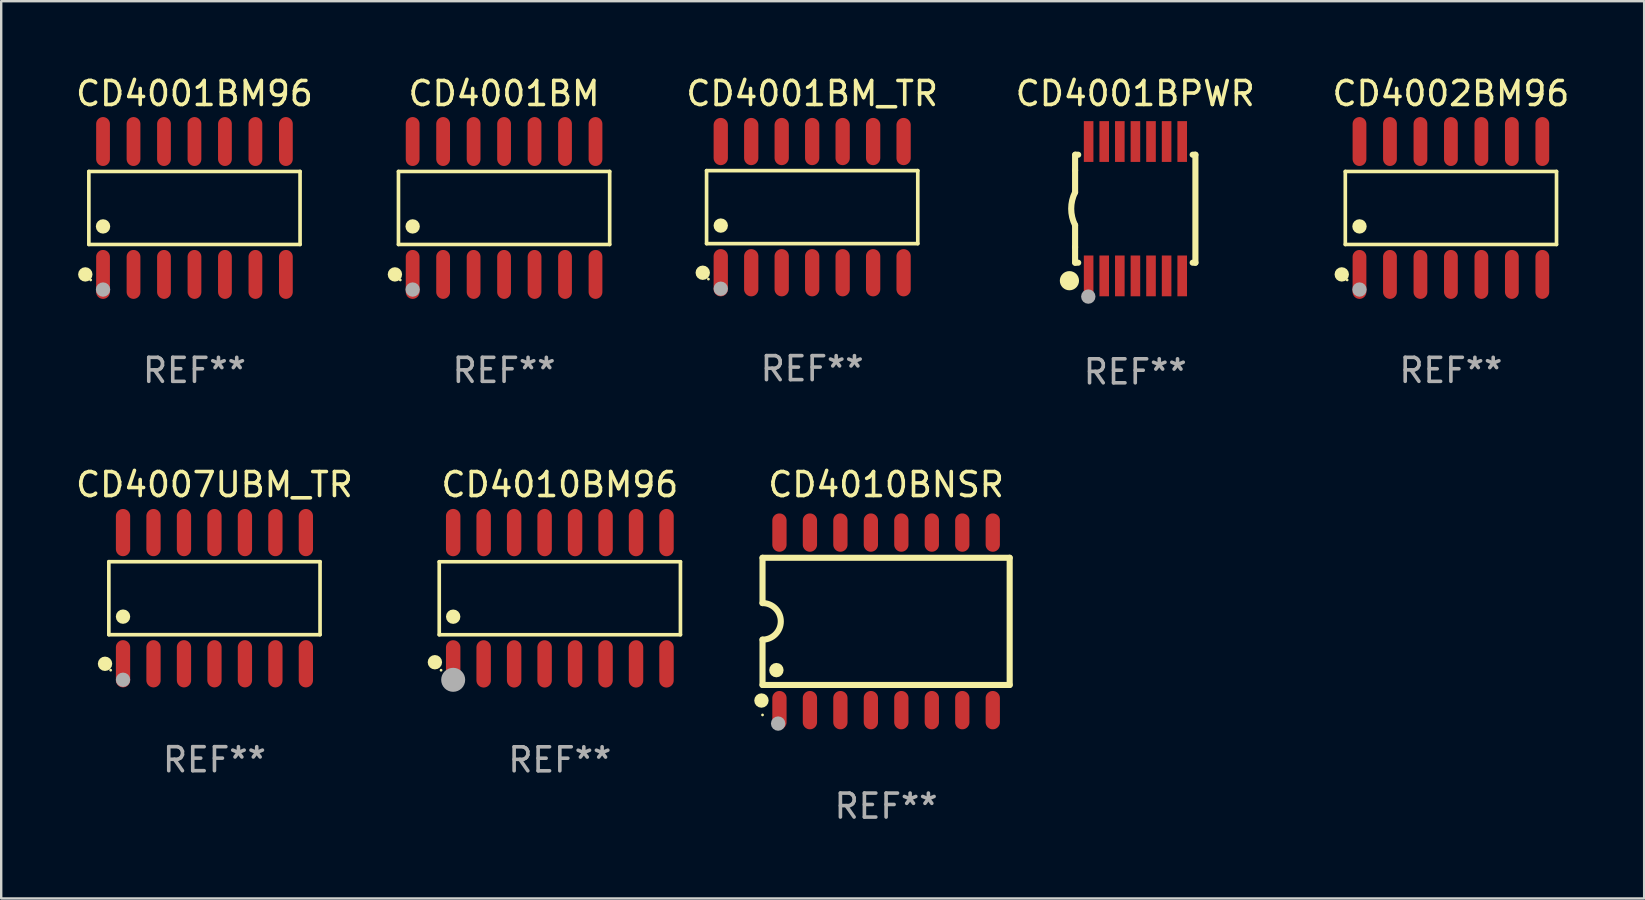
<source format=kicad_pcb>
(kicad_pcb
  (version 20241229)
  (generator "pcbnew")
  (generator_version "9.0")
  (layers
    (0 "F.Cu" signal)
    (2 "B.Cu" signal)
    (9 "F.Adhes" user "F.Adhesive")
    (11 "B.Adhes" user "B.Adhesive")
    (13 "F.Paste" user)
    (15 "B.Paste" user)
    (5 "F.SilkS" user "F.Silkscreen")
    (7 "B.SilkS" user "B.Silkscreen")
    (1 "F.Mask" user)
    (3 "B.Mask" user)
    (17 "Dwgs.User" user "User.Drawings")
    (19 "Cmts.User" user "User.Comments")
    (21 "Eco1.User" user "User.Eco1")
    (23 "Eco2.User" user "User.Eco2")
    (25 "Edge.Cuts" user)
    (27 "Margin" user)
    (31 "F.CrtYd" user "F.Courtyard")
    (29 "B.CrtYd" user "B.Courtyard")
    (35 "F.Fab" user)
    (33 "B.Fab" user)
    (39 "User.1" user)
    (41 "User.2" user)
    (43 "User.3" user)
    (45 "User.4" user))
  (footprint "CD4001BM96"
    (layer "F.Cu")
    (at 5.054 5.617)
    (property "Reference" "CD4001BM96" (at 0 -4.769 0) (layer "F.SilkS") (effects (font (size 1 1) (thickness 0.15))))
    (attr through_hole)
    (fp_line (start -4.401 -1.521) (end 4.401 -1.521) (stroke (width 0.152) (type solid)) (layer "F.SilkS"))
    (fp_line (start -4.401 1.521) (end -4.401 -1.521) (stroke (width 0.152) (type solid)) (layer "F.SilkS"))
    (fp_line (start 4.401 -1.521) (end 4.401 1.521) (stroke (width 0.152) (type solid)) (layer "F.SilkS"))
    (fp_line (start 4.401 1.521) (end -4.401 1.521) (stroke (width 0.152) (type solid)) (layer "F.SilkS"))
    (fp_circle (center -4.549 2.769) (end -4.399 2.769) (stroke (width 0.3) (type solid)) (fill no) (layer "F.SilkS"))
    (fp_circle (center -4.325 3) (end -4.295 3) (stroke (width 0.06) (type solid)) (fill no) (layer "F.SilkS"))
    (fp_circle (center -3.81 0.769) (end -3.66 0.769) (stroke (width 0.3) (type solid)) (fill no) (layer "F.SilkS"))
    (fp_circle (center -3.81 3.4) (end -3.66 3.4) (stroke (width 0.3) (type solid)) (fill no) (layer "F.Fab"))
    (fp_text user "REF**" (at 0 6.769 0) (layer "F.Fab") (effects (font (size 1 1) (thickness 0.15))))
    (pad "1" smd oval (at -3.81 2.769) (size 0.574 2.038) (layers "F.Cu" "F.Mask" "F.Paste"))
    (pad "2" smd oval (at -2.54 2.769) (size 0.574 2.038) (layers "F.Cu" "F.Mask" "F.Paste"))
    (pad "3" smd oval (at -1.27 2.769) (size 0.574 2.038) (layers "F.Cu" "F.Mask" "F.Paste"))
    (pad "4" smd oval (at 0 2.769) (size 0.574 2.038) (layers "F.Cu" "F.Mask" "F.Paste"))
    (pad "5" smd oval (at 1.27 2.769) (size 0.574 2.038) (layers "F.Cu" "F.Mask" "F.Paste"))
    (pad "6" smd oval (at 2.54 2.769) (size 0.574 2.038) (layers "F.Cu" "F.Mask" "F.Paste"))
    (pad "7" smd oval (at 3.81 2.769) (size 0.574 2.038) (layers "F.Cu" "F.Mask" "F.Paste"))
    (pad "8" smd oval (at 3.81 -2.769) (size 0.574 2.038) (layers "F.Cu" "F.Mask" "F.Paste"))
    (pad "9" smd oval (at 2.54 -2.769) (size 0.574 2.038) (layers "F.Cu" "F.Mask" "F.Paste"))
    (pad "10" smd oval (at 1.27 -2.769) (size 0.574 2.038) (layers "F.Cu" "F.Mask" "F.Paste"))
    (pad "11" smd oval (at 0 -2.769) (size 0.574 2.038) (layers "F.Cu" "F.Mask" "F.Paste"))
    (pad "12" smd oval (at -1.27 -2.769) (size 0.574 2.038) (layers "F.Cu" "F.Mask" "F.Paste"))
    (pad "13" smd oval (at -2.54 -2.769) (size 0.574 2.038) (layers "F.Cu" "F.Mask" "F.Paste"))
    (pad "14" smd oval (at -3.81 -2.769) (size 0.574 2.038) (layers "F.Cu" "F.Mask" "F.Paste")))
  (footprint "CD4010BNSR"
    (layer "F.Cu")
    (at 33.878 22.845)
    (property "Reference" "CD4010BNSR" (at 0 -5.7 0) (layer "F.SilkS") (effects (font (size 1 1) (thickness 0.15))))
    (attr through_hole)
    (fp_line (start -5.15 -2.65) (end -5.15 -0.762) (stroke (width 0.254) (type solid)) (layer "F.SilkS"))
    (fp_line (start -5.15 -2.65) (end 5.15 -2.65) (stroke (width 0.254) (type solid)) (layer "F.SilkS"))
    (fp_line (start -5.15 2.65) (end -5.15 0.762) (stroke (width 0.254) (type solid)) (layer "F.SilkS"))
    (fp_line (start 5.15 -2.65) (end 5.15 2.65) (stroke (width 0.254) (type solid)) (layer "F.SilkS"))
    (fp_line (start 5.15 2.65) (end -5.15 2.65) (stroke (width 0.254) (type solid)) (layer "F.SilkS"))
    (fp_arc (start -5.151131 -0.762003) (mid -4.389128 -0.000559) (end -5.150013 0.762002) (stroke (width 0.254001) (type solid)) (layer "F.SilkS"))
    (fp_circle (center -5.195 3.299) (end -5.045 3.299) (stroke (width 0.3) (type solid)) (fill no) (layer "F.SilkS"))
    (fp_circle (center -5.15 3.9) (end -5.12 3.9) (stroke (width 0.06) (type solid)) (fill no) (layer "F.SilkS"))
    (fp_circle (center -4.572 2.032) (end -4.422 2.032) (stroke (width 0.3) (type solid)) (fill no) (layer "F.SilkS"))
    (fp_circle (center -4.5 4.26) (end -4.35 4.26) (stroke (width 0.3) (type solid)) (fill no) (layer "F.Fab"))
    (fp_text user "REF**" (at 0 7.7 0) (layer "F.Fab") (effects (font (size 1 1) (thickness 0.15))))
    (pad "1" smd oval (at -4.445 3.7) (size 0.595 1.598) (layers "F.Cu" "F.Mask" "F.Paste"))
    (pad "2" smd oval (at -3.175 3.7) (size 0.595 1.598) (layers "F.Cu" "F.Mask" "F.Paste"))
    (pad "3" smd oval (at -1.905 3.7) (size 0.595 1.598) (layers "F.Cu" "F.Mask" "F.Paste"))
    (pad "4" smd oval (at -0.635 3.7) (size 0.595 1.598) (layers "F.Cu" "F.Mask" "F.Paste"))
    (pad "5" smd oval (at 0.635 3.7) (size 0.595 1.598) (layers "F.Cu" "F.Mask" "F.Paste"))
    (pad "6" smd oval (at 1.905 3.7) (size 0.595 1.598) (layers "F.Cu" "F.Mask" "F.Paste"))
    (pad "7" smd oval (at 3.175 3.7) (size 0.595 1.598) (layers "F.Cu" "F.Mask" "F.Paste"))
    (pad "8" smd oval (at 4.445 3.7) (size 0.595 1.598) (layers "F.Cu" "F.Mask" "F.Paste"))
    (pad "9" smd oval (at 4.445 -3.7) (size 0.595 1.598) (layers "F.Cu" "F.Mask" "F.Paste"))
    (pad "10" smd oval (at 3.175 -3.7) (size 0.595 1.598) (layers "F.Cu" "F.Mask" "F.Paste"))
    (pad "11" smd oval (at 1.905 -3.7) (size 0.595 1.598) (layers "F.Cu" "F.Mask" "F.Paste"))
    (pad "12" smd oval (at 0.635 -3.7) (size 0.595 1.598) (layers "F.Cu" "F.Mask" "F.Paste"))
    (pad "13" smd oval (at -0.635 -3.7) (size 0.595 1.598) (layers "F.Cu" "F.Mask" "F.Paste"))
    (pad "14" smd oval (at -1.905 -3.7) (size 0.595 1.598) (layers "F.Cu" "F.Mask" "F.Paste"))
    (pad "15" smd oval (at -3.175 -3.7) (size 0.595 1.598) (layers "F.Cu" "F.Mask" "F.Paste"))
    (pad "16" smd oval (at -4.445 -3.7) (size 0.595 1.598) (layers "F.Cu" "F.Mask" "F.Paste")))
  (footprint "CD4010BM96"
    (layer "F.Cu")
    (at 20.281 21.881)
    (property "Reference" "CD4010BM96" (at 0 -4.736 0) (layer "F.SilkS") (effects (font (size 1 1) (thickness 0.15))))
    (attr through_hole)
    (fp_line (start -5.026 -1.521) (end 5.026 -1.521) (stroke (width 0.152) (type solid)) (layer "F.SilkS"))
    (fp_line (start -5.026 1.521) (end -5.026 -1.521) (stroke (width 0.152) (type solid)) (layer "F.SilkS"))
    (fp_line (start 5.026 -1.521) (end 5.026 1.521) (stroke (width 0.152) (type solid)) (layer "F.SilkS"))
    (fp_line (start 5.026 1.521) (end -5.026 1.521) (stroke (width 0.152) (type solid)) (layer "F.SilkS"))
    (fp_circle (center -5.207 2.667) (end -5.057 2.667) (stroke (width 0.3) (type solid)) (fill no) (layer "F.SilkS"))
    (fp_circle (center -4.95 3) (end -4.92 3) (stroke (width 0.06) (type solid)) (fill no) (layer "F.SilkS"))
    (fp_circle (center -4.445 0.769) (end -4.295 0.769) (stroke (width 0.3) (type solid)) (fill no) (layer "F.SilkS"))
    (fp_circle (center -4.445 3.4) (end -4.195 3.4) (stroke (width 0.5) (type solid)) (fill no) (layer "F.Fab"))
    (fp_text user "REF**" (at 0 6.736 0) (layer "F.Fab") (effects (font (size 1 1) (thickness 0.15))))
    (pad "1" smd oval (at -4.445 2.736) (size 0.602 1.971) (layers "F.Cu" "F.Mask" "F.Paste"))
    (pad "2" smd oval (at -3.175 2.736) (size 0.602 1.971) (layers "F.Cu" "F.Mask" "F.Paste"))
    (pad "3" smd oval (at -1.905 2.736) (size 0.602 1.971) (layers "F.Cu" "F.Mask" "F.Paste"))
    (pad "4" smd oval (at -0.635 2.736) (size 0.602 1.971) (layers "F.Cu" "F.Mask" "F.Paste"))
    (pad "5" smd oval (at 0.635 2.736) (size 0.602 1.971) (layers "F.Cu" "F.Mask" "F.Paste"))
    (pad "6" smd oval (at 1.905 2.736) (size 0.602 1.971) (layers "F.Cu" "F.Mask" "F.Paste"))
    (pad "7" smd oval (at 3.175 2.736) (size 0.602 1.971) (layers "F.Cu" "F.Mask" "F.Paste"))
    (pad "8" smd oval (at 4.445 2.736) (size 0.602 1.971) (layers "F.Cu" "F.Mask" "F.Paste"))
    (pad "9" smd oval (at 4.445 -2.736) (size 0.602 1.971) (layers "F.Cu" "F.Mask" "F.Paste"))
    (pad "10" smd oval (at 3.175 -2.736) (size 0.602 1.971) (layers "F.Cu" "F.Mask" "F.Paste"))
    (pad "11" smd oval (at 1.905 -2.736) (size 0.602 1.971) (layers "F.Cu" "F.Mask" "F.Paste"))
    (pad "12" smd oval (at 0.635 -2.736) (size 0.602 1.971) (layers "F.Cu" "F.Mask" "F.Paste"))
    (pad "13" smd oval (at -0.635 -2.736) (size 0.602 1.971) (layers "F.Cu" "F.Mask" "F.Paste"))
    (pad "14" smd oval (at -1.905 -2.736) (size 0.602 1.971) (layers "F.Cu" "F.Mask" "F.Paste"))
    (pad "15" smd oval (at -3.175 -2.736) (size 0.602 1.971) (layers "F.Cu" "F.Mask" "F.Paste"))
    (pad "16" smd oval (at -4.445 -2.736) (size 0.602 1.971) (layers "F.Cu" "F.Mask" "F.Paste")))
  (footprint "CD4007UBM_TR"
    (layer "F.Cu")
    (at 5.887 21.879)
    (property "Reference" "CD4007UBM_TR" (at 0 -4.734 0) (layer "F.SilkS") (effects (font (size 1 1) (thickness 0.15))))
    (attr through_hole)
    (fp_line (start -4.401 -1.521) (end 4.401 -1.521) (stroke (width 0.152) (type solid)) (layer "F.SilkS"))
    (fp_line (start -4.401 1.521) (end -4.401 -1.521) (stroke (width 0.152) (type solid)) (layer "F.SilkS"))
    (fp_line (start 4.401 -1.521) (end 4.401 1.521) (stroke (width 0.152) (type solid)) (layer "F.SilkS"))
    (fp_line (start 4.401 1.521) (end -4.401 1.521) (stroke (width 0.152) (type solid)) (layer "F.SilkS"))
    (fp_circle (center -4.56 2.734) (end -4.41 2.734) (stroke (width 0.3) (type solid)) (fill no) (layer "F.SilkS"))
    (fp_circle (center -4.325 3) (end -4.295 3) (stroke (width 0.06) (type solid)) (fill no) (layer "F.SilkS"))
    (fp_circle (center -3.81 0.769) (end -3.66 0.769) (stroke (width 0.3) (type solid)) (fill no) (layer "F.SilkS"))
    (fp_circle (center -3.81 3.4) (end -3.66 3.4) (stroke (width 0.3) (type solid)) (fill no) (layer "F.Fab"))
    (fp_text user "REF**" (at 0 6.734 0) (layer "F.Fab") (effects (font (size 1 1) (thickness 0.15))))
    (pad "1" smd oval (at -3.81 2.734) (size 0.595 1.968) (layers "F.Cu" "F.Mask" "F.Paste"))
    (pad "2" smd oval (at -2.54 2.734) (size 0.595 1.968) (layers "F.Cu" "F.Mask" "F.Paste"))
    (pad "3" smd oval (at -1.27 2.734) (size 0.595 1.968) (layers "F.Cu" "F.Mask" "F.Paste"))
    (pad "4" smd oval (at 0 2.734) (size 0.595 1.968) (layers "F.Cu" "F.Mask" "F.Paste"))
    (pad "5" smd oval (at 1.27 2.734) (size 0.595 1.968) (layers "F.Cu" "F.Mask" "F.Paste"))
    (pad "6" smd oval (at 2.54 2.734) (size 0.595 1.968) (layers "F.Cu" "F.Mask" "F.Paste"))
    (pad "7" smd oval (at 3.81 2.734) (size 0.595 1.968) (layers "F.Cu" "F.Mask" "F.Paste"))
    (pad "8" smd oval (at 3.81 -2.734) (size 0.595 1.968) (layers "F.Cu" "F.Mask" "F.Paste"))
    (pad "9" smd oval (at 2.54 -2.734) (size 0.595 1.968) (layers "F.Cu" "F.Mask" "F.Paste"))
    (pad "10" smd oval (at 1.27 -2.734) (size 0.595 1.968) (layers "F.Cu" "F.Mask" "F.Paste"))
    (pad "11" smd oval (at 0 -2.734) (size 0.595 1.968) (layers "F.Cu" "F.Mask" "F.Paste"))
    (pad "12" smd oval (at -1.27 -2.734) (size 0.595 1.968) (layers "F.Cu" "F.Mask" "F.Paste"))
    (pad "13" smd oval (at -2.54 -2.734) (size 0.595 1.968) (layers "F.Cu" "F.Mask" "F.Paste"))
    (pad "14" smd oval (at -3.81 -2.734) (size 0.595 1.968) (layers "F.Cu" "F.Mask" "F.Paste")))
  (footprint "CD4001BM"
    (layer "F.Cu")
    (at 17.957 5.617)
    (property "Reference" "CD4001BM" (at 0 -4.769 0) (layer "F.SilkS") (effects (font (size 1 1) (thickness 0.15))))
    (attr through_hole)
    (fp_line (start -4.401 -1.521) (end 4.401 -1.521) (stroke (width 0.152) (type solid)) (layer "F.SilkS"))
    (fp_line (start -4.401 1.521) (end -4.401 -1.521) (stroke (width 0.152) (type solid)) (layer "F.SilkS"))
    (fp_line (start 4.401 -1.521) (end 4.401 1.521) (stroke (width 0.152) (type solid)) (layer "F.SilkS"))
    (fp_line (start 4.401 1.521) (end -4.401 1.521) (stroke (width 0.152) (type solid)) (layer "F.SilkS"))
    (fp_circle (center -4.549 2.769) (end -4.399 2.769) (stroke (width 0.3) (type solid)) (fill no) (layer "F.SilkS"))
    (fp_circle (center -4.325 3) (end -4.295 3) (stroke (width 0.06) (type solid)) (fill no) (layer "F.SilkS"))
    (fp_circle (center -3.81 0.769) (end -3.66 0.769) (stroke (width 0.3) (type solid)) (fill no) (layer "F.SilkS"))
    (fp_circle (center -3.81 3.4) (end -3.66 3.4) (stroke (width 0.3) (type solid)) (fill no) (layer "F.Fab"))
    (fp_text user "REF**" (at 0 6.769 0) (layer "F.Fab") (effects (font (size 1 1) (thickness 0.15))))
    (pad "1" smd oval (at -3.81 2.769) (size 0.574 2.038) (layers "F.Cu" "F.Mask" "F.Paste"))
    (pad "2" smd oval (at -2.54 2.769) (size 0.574 2.038) (layers "F.Cu" "F.Mask" "F.Paste"))
    (pad "3" smd oval (at -1.27 2.769) (size 0.574 2.038) (layers "F.Cu" "F.Mask" "F.Paste"))
    (pad "4" smd oval (at 0 2.769) (size 0.574 2.038) (layers "F.Cu" "F.Mask" "F.Paste"))
    (pad "5" smd oval (at 1.27 2.769) (size 0.574 2.038) (layers "F.Cu" "F.Mask" "F.Paste"))
    (pad "6" smd oval (at 2.54 2.769) (size 0.574 2.038) (layers "F.Cu" "F.Mask" "F.Paste"))
    (pad "7" smd oval (at 3.81 2.769) (size 0.574 2.038) (layers "F.Cu" "F.Mask" "F.Paste"))
    (pad "8" smd oval (at 3.81 -2.769) (size 0.574 2.038) (layers "F.Cu" "F.Mask" "F.Paste"))
    (pad "9" smd oval (at 2.54 -2.769) (size 0.574 2.038) (layers "F.Cu" "F.Mask" "F.Paste"))
    (pad "10" smd oval (at 1.27 -2.769) (size 0.574 2.038) (layers "F.Cu" "F.Mask" "F.Paste"))
    (pad "11" smd oval (at 0 -2.769) (size 0.574 2.038) (layers "F.Cu" "F.Mask" "F.Paste"))
    (pad "12" smd oval (at -1.27 -2.769) (size 0.574 2.038) (layers "F.Cu" "F.Mask" "F.Paste"))
    (pad "13" smd oval (at -2.54 -2.769) (size 0.574 2.038) (layers "F.Cu" "F.Mask" "F.Paste"))
    (pad "14" smd oval (at -3.81 -2.769) (size 0.574 2.038) (layers "F.Cu" "F.Mask" "F.Paste")))
  (footprint "CD4001BM_TR"
    (layer "F.Cu")
    (at 30.797 5.582)
    (property "Reference" "CD4001BM_TR" (at 0 -4.734 0) (layer "F.SilkS") (effects (font (size 1 1) (thickness 0.15))))
    (attr through_hole)
    (fp_line (start -4.401 -1.521) (end 4.401 -1.521) (stroke (width 0.152) (type solid)) (layer "F.SilkS"))
    (fp_line (start -4.401 1.521) (end -4.401 -1.521) (stroke (width 0.152) (type solid)) (layer "F.SilkS"))
    (fp_line (start 4.401 -1.521) (end 4.401 1.521) (stroke (width 0.152) (type solid)) (layer "F.SilkS"))
    (fp_line (start 4.401 1.521) (end -4.401 1.521) (stroke (width 0.152) (type solid)) (layer "F.SilkS"))
    (fp_circle (center -4.56 2.734) (end -4.41 2.734) (stroke (width 0.3) (type solid)) (fill no) (layer "F.SilkS"))
    (fp_circle (center -4.325 3) (end -4.295 3) (stroke (width 0.06) (type solid)) (fill no) (layer "F.SilkS"))
    (fp_circle (center -3.81 0.769) (end -3.66 0.769) (stroke (width 0.3) (type solid)) (fill no) (layer "F.SilkS"))
    (fp_circle (center -3.81 3.4) (end -3.66 3.4) (stroke (width 0.3) (type solid)) (fill no) (layer "F.Fab"))
    (fp_text user "REF**" (at 0 6.734 0) (layer "F.Fab") (effects (font (size 1 1) (thickness 0.15))))
    (pad "1" smd oval (at -3.81 2.734) (size 0.595 1.968) (layers "F.Cu" "F.Mask" "F.Paste"))
    (pad "2" smd oval (at -2.54 2.734) (size 0.595 1.968) (layers "F.Cu" "F.Mask" "F.Paste"))
    (pad "3" smd oval (at -1.27 2.734) (size 0.595 1.968) (layers "F.Cu" "F.Mask" "F.Paste"))
    (pad "4" smd oval (at 0 2.734) (size 0.595 1.968) (layers "F.Cu" "F.Mask" "F.Paste"))
    (pad "5" smd oval (at 1.27 2.734) (size 0.595 1.968) (layers "F.Cu" "F.Mask" "F.Paste"))
    (pad "6" smd oval (at 2.54 2.734) (size 0.595 1.968) (layers "F.Cu" "F.Mask" "F.Paste"))
    (pad "7" smd oval (at 3.81 2.734) (size 0.595 1.968) (layers "F.Cu" "F.Mask" "F.Paste"))
    (pad "8" smd oval (at 3.81 -2.734) (size 0.595 1.968) (layers "F.Cu" "F.Mask" "F.Paste"))
    (pad "9" smd oval (at 2.54 -2.734) (size 0.595 1.968) (layers "F.Cu" "F.Mask" "F.Paste"))
    (pad "10" smd oval (at 1.27 -2.734) (size 0.595 1.968) (layers "F.Cu" "F.Mask" "F.Paste"))
    (pad "11" smd oval (at 0 -2.734) (size 0.595 1.968) (layers "F.Cu" "F.Mask" "F.Paste"))
    (pad "12" smd oval (at -1.27 -2.734) (size 0.595 1.968) (layers "F.Cu" "F.Mask" "F.Paste"))
    (pad "13" smd oval (at -2.54 -2.734) (size 0.595 1.968) (layers "F.Cu" "F.Mask" "F.Paste"))
    (pad "14" smd oval (at -3.81 -2.734) (size 0.595 1.968) (layers "F.Cu" "F.Mask" "F.Paste")))
  (footprint "CD4001BPWR"
    (layer "F.Cu")
    (at 44.261 5.648)
    (property "Reference" "CD4001BPWR" (at 0 -4.8 0) (layer "F.SilkS") (effects (font (size 1 1) (thickness 0.15))))
    (attr through_hole)
    (fp_line (start -2.507 -1.6) (end -2.507 -2.25) (stroke (width 0.254) (type solid)) (layer "F.SilkS"))
    (fp_line (start -2.507 -0.686) (end -2.507 -1.6) (stroke (width 0.254) (type solid)) (layer "F.SilkS"))
    (fp_line (start -2.507 1.6) (end -2.507 0.686) (stroke (width 0.254) (type solid)) (layer "F.SilkS"))
    (fp_line (start -2.507 1.6) (end -2.507 2.25) (stroke (width 0.254) (type solid)) (layer "F.SilkS"))
    (fp_line (start -2.493 -2.25) (end -2.377 -2.25) (stroke (width 0.254) (type solid)) (layer "F.SilkS"))
    (fp_line (start -2.377 2.25) (end -2.493 2.25) (stroke (width 0.254) (type solid)) (layer "F.SilkS"))
    (fp_line (start 2.392 -2.25) (end 2.507 -2.25) (stroke (width 0.254) (type solid)) (layer "F.SilkS"))
    (fp_line (start 2.507 -2.25) (end 2.507 2.25) (stroke (width 0.254) (type solid)) (layer "F.SilkS"))
    (fp_line (start 2.507 2.25) (end 2.392 2.25) (stroke (width 0.254) (type solid)) (layer "F.SilkS"))
    (fp_arc (start -2.507303 0.685802) (mid -2.669199 0) (end -2.507303 -0.685801) (stroke (width 0.254001) (type solid)) (layer "F.SilkS"))
    (fp_circle (center -2.743 3) (end -2.543 3) (stroke (width 0.4) (type solid)) (fill no) (layer "F.SilkS"))
    (fp_circle (center -2.493 3.2) (end -2.463 3.2) (stroke (width 0.06) (type solid)) (fill no) (layer "F.SilkS"))
    (fp_circle (center -1.957 3.662) (end -1.807 3.662) (stroke (width 0.3) (type solid)) (fill no) (layer "F.Fab"))
    (fp_text user "REF**" (at 0 6.8 0) (layer "F.Fab") (effects (font (size 1 1) (thickness 0.15))))
    (pad "1" smd rect (at -1.943 2.8) (size 0.4 1.7) (layers "F.Cu" "F.Mask" "F.Paste"))
    (pad "2" smd rect (at -1.293 2.8) (size 0.4 1.7) (layers "F.Cu" "F.Mask" "F.Paste"))
    (pad "3" smd rect (at -0.643 2.8) (size 0.4 1.7) (layers "F.Cu" "F.Mask" "F.Paste"))
    (pad "4" smd rect (at 0.007 2.8) (size 0.4 1.7) (layers "F.Cu" "F.Mask" "F.Paste"))
    (pad "5" smd rect (at 0.657 2.8) (size 0.4 1.7) (layers "F.Cu" "F.Mask" "F.Paste"))
    (pad "6" smd rect (at 1.307 2.8) (size 0.4 1.7) (layers "F.Cu" "F.Mask" "F.Paste"))
    (pad "7" smd rect (at 1.957 2.8) (size 0.4 1.7) (layers "F.Cu" "F.Mask" "F.Paste"))
    (pad "8" smd rect (at 1.957 -2.8) (size 0.4 1.7) (layers "F.Cu" "F.Mask" "F.Paste"))
    (pad "9" smd rect (at 1.307 -2.8) (size 0.4 1.7) (layers "F.Cu" "F.Mask" "F.Paste"))
    (pad "10" smd rect (at 0.657 -2.8) (size 0.4 1.7) (layers "F.Cu" "F.Mask" "F.Paste"))
    (pad "11" smd rect (at 0.007 -2.8) (size 0.4 1.7) (layers "F.Cu" "F.Mask" "F.Paste"))
    (pad "12" smd rect (at -0.643 -2.8) (size 0.4 1.7) (layers "F.Cu" "F.Mask" "F.Paste"))
    (pad "13" smd rect (at -1.293 -2.8) (size 0.4 1.7) (layers "F.Cu" "F.Mask" "F.Paste"))
    (pad "14" smd rect (at -1.943 -2.8) (size 0.4 1.7) (layers "F.Cu" "F.Mask" "F.Paste")))
  (footprint "CD4002BM96"
    (layer "F.Cu")
    (at 57.416 5.617)
    (property "Reference" "CD4002BM96" (at 0 -4.769 0) (layer "F.SilkS") (effects (font (size 1 1) (thickness 0.15))))
    (attr through_hole)
    (fp_line (start -4.401 -1.521) (end 4.401 -1.521) (stroke (width 0.152) (type solid)) (layer "F.SilkS"))
    (fp_line (start -4.401 1.521) (end -4.401 -1.521) (stroke (width 0.152) (type solid)) (layer "F.SilkS"))
    (fp_line (start 4.401 -1.521) (end 4.401 1.521) (stroke (width 0.152) (type solid)) (layer "F.SilkS"))
    (fp_line (start 4.401 1.521) (end -4.401 1.521) (stroke (width 0.152) (type solid)) (layer "F.SilkS"))
    (fp_circle (center -4.549 2.769) (end -4.399 2.769) (stroke (width 0.3) (type solid)) (fill no) (layer "F.SilkS"))
    (fp_circle (center -4.325 3) (end -4.295 3) (stroke (width 0.06) (type solid)) (fill no) (layer "F.SilkS"))
    (fp_circle (center -3.81 0.769) (end -3.66 0.769) (stroke (width 0.3) (type solid)) (fill no) (layer "F.SilkS"))
    (fp_circle (center -3.81 3.4) (end -3.66 3.4) (stroke (width 0.3) (type solid)) (fill no) (layer "F.Fab"))
    (fp_text user "REF**" (at 0 6.769 0) (layer "F.Fab") (effects (font (size 1 1) (thickness 0.15))))
    (pad "1" smd oval (at -3.81 2.769) (size 0.574 2.038) (layers "F.Cu" "F.Mask" "F.Paste"))
    (pad "2" smd oval (at -2.54 2.769) (size 0.574 2.038) (layers "F.Cu" "F.Mask" "F.Paste"))
    (pad "3" smd oval (at -1.27 2.769) (size 0.574 2.038) (layers "F.Cu" "F.Mask" "F.Paste"))
    (pad "4" smd oval (at 0 2.769) (size 0.574 2.038) (layers "F.Cu" "F.Mask" "F.Paste"))
    (pad "5" smd oval (at 1.27 2.769) (size 0.574 2.038) (layers "F.Cu" "F.Mask" "F.Paste"))
    (pad "6" smd oval (at 2.54 2.769) (size 0.574 2.038) (layers "F.Cu" "F.Mask" "F.Paste"))
    (pad "7" smd oval (at 3.81 2.769) (size 0.574 2.038) (layers "F.Cu" "F.Mask" "F.Paste"))
    (pad "8" smd oval (at 3.81 -2.769) (size 0.574 2.038) (layers "F.Cu" "F.Mask" "F.Paste"))
    (pad "9" smd oval (at 2.54 -2.769) (size 0.574 2.038) (layers "F.Cu" "F.Mask" "F.Paste"))
    (pad "10" smd oval (at 1.27 -2.769) (size 0.574 2.038) (layers "F.Cu" "F.Mask" "F.Paste"))
    (pad "11" smd oval (at 0 -2.769) (size 0.574 2.038) (layers "F.Cu" "F.Mask" "F.Paste"))
    (pad "12" smd oval (at -1.27 -2.769) (size 0.574 2.038) (layers "F.Cu" "F.Mask" "F.Paste"))
    (pad "13" smd oval (at -2.54 -2.769) (size 0.574 2.038) (layers "F.Cu" "F.Mask" "F.Paste"))
    (pad "14" smd oval (at -3.81 -2.769) (size 0.574 2.038) (layers "F.Cu" "F.Mask" "F.Paste")))
  (gr_rect
    (start -3 -3)
    (end 65.47 34.393)
    (stroke (width 0.1) (type default))
    (fill no)
    (layer "Edge.Cuts")))
</source>
